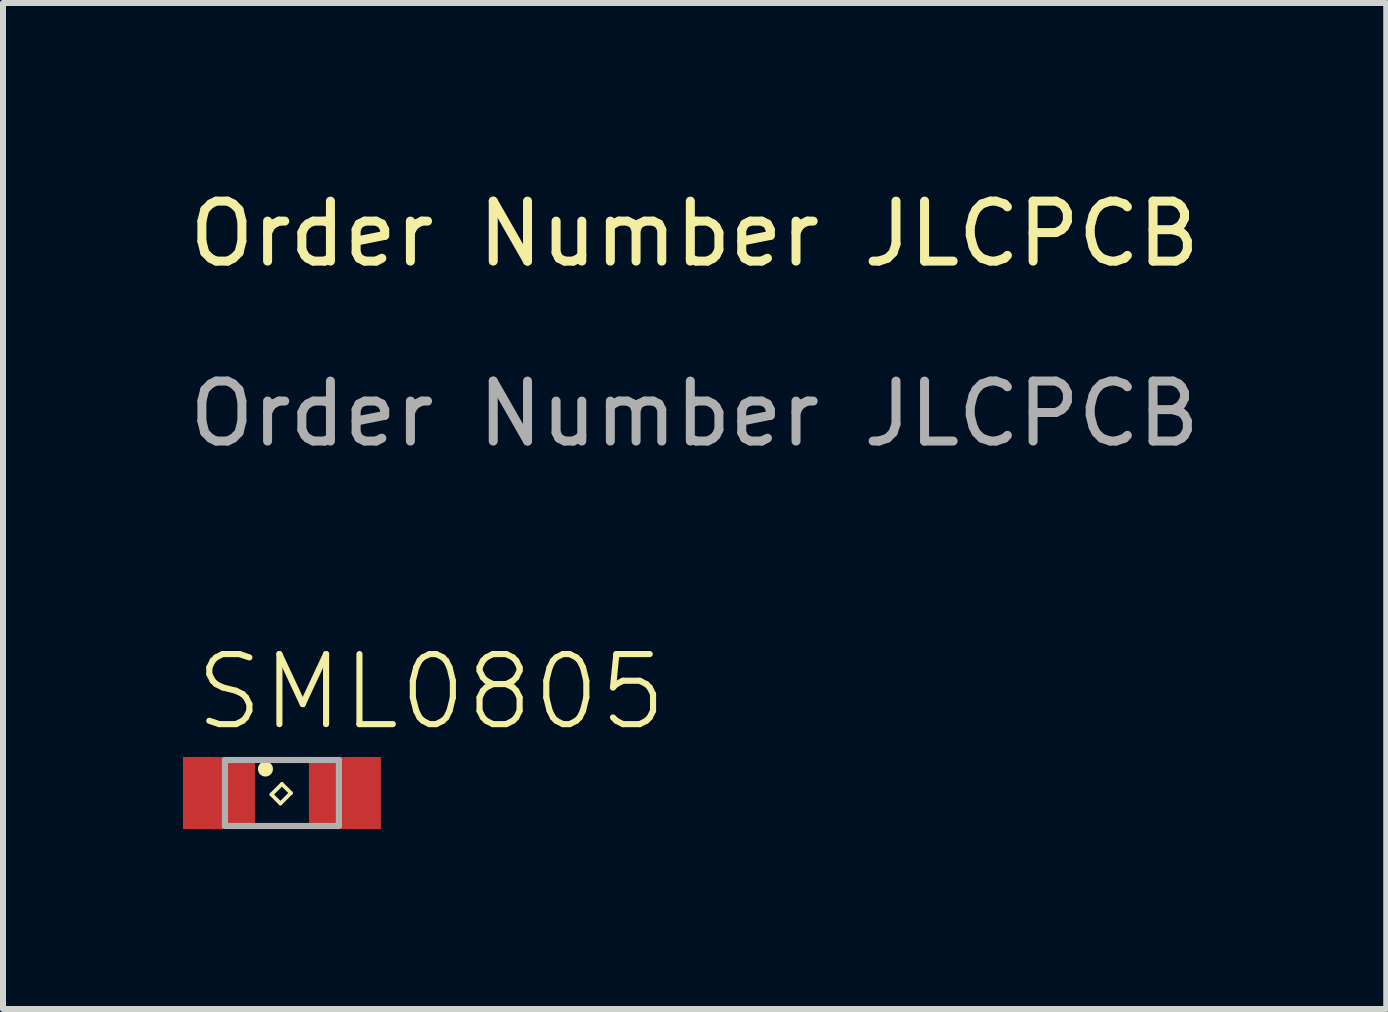
<source format=kicad_pcb>
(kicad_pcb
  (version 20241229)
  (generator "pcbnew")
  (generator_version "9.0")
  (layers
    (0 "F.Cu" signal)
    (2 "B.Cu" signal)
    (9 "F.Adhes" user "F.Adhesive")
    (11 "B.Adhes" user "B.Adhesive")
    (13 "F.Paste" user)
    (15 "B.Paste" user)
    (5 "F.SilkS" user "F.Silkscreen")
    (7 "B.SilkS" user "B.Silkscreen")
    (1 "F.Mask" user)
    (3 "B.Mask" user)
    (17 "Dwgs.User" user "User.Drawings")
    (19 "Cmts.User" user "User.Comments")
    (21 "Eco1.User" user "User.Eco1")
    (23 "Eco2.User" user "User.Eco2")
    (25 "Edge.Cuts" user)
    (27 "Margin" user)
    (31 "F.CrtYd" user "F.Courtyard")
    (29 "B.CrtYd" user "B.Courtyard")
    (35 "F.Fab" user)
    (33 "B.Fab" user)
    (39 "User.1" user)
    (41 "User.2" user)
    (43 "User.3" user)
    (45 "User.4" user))
  (footprint "Order Number JLCPCB"
    (layer "F.Cu")
    (at 8.53 1.348)
    (property "Reference" "Order Number JLCPCB" (at 0 -0.5 0) (unlocked yes) (layer "F.SilkS") (effects (font (size 1 1) (thickness 0.15))))
    (fp_text user "${REFERENCE}" (at 0 2.5 0) (unlocked yes) (layer "F.Fab") (effects (font (size 1 1) (thickness 0.15)))))
  (footprint "SML0805"
    (layer "F.Cu")
    (at 1.65 10.17)
    (property "Reference" "SML0805" (at -1.5 -1 0) (layer "F.SilkS") (effects (font (size 1.168 1.168) (thickness 0.102)) (justify left bottom)))
    (fp_line (start -0.175 0.025) (end 0 -0.15) (stroke (width 0.063) (type solid)) (layer "F.SilkS"))
    (fp_line (start -0.025 0.175) (end -0.175 0.025) (stroke (width 0.063) (type solid)) (layer "F.SilkS"))
    (fp_line (start 0 -0.15) (end 0.15 0) (stroke (width 0.063) (type solid)) (layer "F.SilkS"))
    (fp_line (start 0.15 0) (end -0.025 0.175) (stroke (width 0.063) (type solid)) (layer "F.SilkS"))
    (fp_circle (center -0.275 -0.4) (end -0.212 -0.4) (stroke (width 0.125) (type solid)) (fill yes) (layer "F.SilkS"))
    (fp_line (start -0.95 -0.55) (end -0.95 0.55) (stroke (width 0.102) (type solid)) (layer "F.Fab"))
    (fp_line (start -0.95 0.55) (end 0.95 0.55) (stroke (width 0.102) (type solid)) (layer "F.Fab"))
    (fp_line (start 0.95 -0.55) (end -0.95 -0.55) (stroke (width 0.102) (type solid)) (layer "F.Fab"))
    (fp_line (start 0.95 0.55) (end 0.95 -0.55) (stroke (width 0.102) (type solid)) (layer "F.Fab"))
    (pad "A" smd rect (at 1.05 0) (size 1.2 1.2) (layers "F.Cu" "F.Mask" "F.Paste"))
    (pad "C" smd rect (at -1.05 0) (size 1.2 1.2) (layers "F.Cu" "F.Mask" "F.Paste")))
  (gr_rect
    (start -3 -3)
    (end 20.06 13.771)
    (stroke (width 0.1) (type default))
    (fill no)
    (layer "Edge.Cuts")))
</source>
